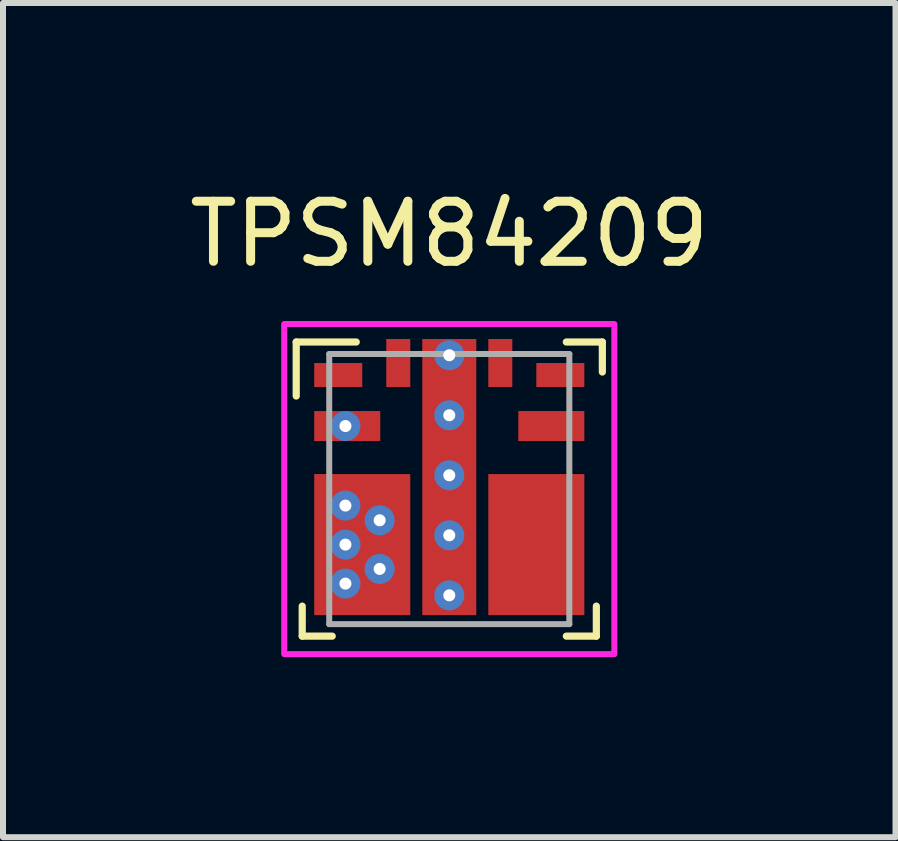
<source format=kicad_pcb>
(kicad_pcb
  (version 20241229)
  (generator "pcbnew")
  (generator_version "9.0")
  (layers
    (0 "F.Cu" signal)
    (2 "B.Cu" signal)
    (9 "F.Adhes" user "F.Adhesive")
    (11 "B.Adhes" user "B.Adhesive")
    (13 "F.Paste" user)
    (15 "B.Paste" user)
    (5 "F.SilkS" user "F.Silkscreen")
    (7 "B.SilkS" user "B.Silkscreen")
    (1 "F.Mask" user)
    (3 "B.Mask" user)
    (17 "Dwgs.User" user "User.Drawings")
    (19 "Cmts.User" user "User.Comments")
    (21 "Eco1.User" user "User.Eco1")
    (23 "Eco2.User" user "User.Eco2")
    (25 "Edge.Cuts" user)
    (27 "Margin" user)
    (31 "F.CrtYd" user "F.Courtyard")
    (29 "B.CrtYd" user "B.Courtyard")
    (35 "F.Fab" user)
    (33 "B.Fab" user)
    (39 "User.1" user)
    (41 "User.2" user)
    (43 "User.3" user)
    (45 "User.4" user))
  (footprint "TPSM84209"
    (layer "F.Cu")
    (at 4.435 5.098)
    (property "Reference" "TPSM84209" (at 0 -4.25 0) (layer "F.SilkS") (effects (font (size 1 1) (thickness 0.15))))
    (attr smd)
    (fp_poly (pts (xy -2.15 -0.2) (xy -0.75 -0.2) (xy -0.7 -0.15) (xy -0.7 2) (xy -0.75 2.05) (xy -2.15 2.05) (xy -2.2 2) (xy -2.2 1.8) (xy -2.15 1.75) (xy -1.875 1.75) (xy -1.825 1.7) (xy -1.825 1.45) (xy -1.875 1.4) (xy -2.15 1.4) (xy -2.2 1.35) (xy -2.2 1.15) (xy -2.15 1.1) (xy -1.875 1.1) (xy -1.825 1.05) (xy -1.825 0.8) (xy -1.875 0.75) (xy -2.15 0.75) (xy -2.2 0.7) (xy -2.2 0.5) (xy -2.15 0.45) (xy -1.875 0.45) (xy -1.825 0.4) (xy -1.825 0.15) (xy -1.875 0.1) (xy -2.15 0.1) (xy -2.2 0.05) (xy -2.2 -0.15)) (stroke (width 0.1) (type solid)) (fill yes) (layer "F.Mask"))
    (fp_poly (pts (xy 2.15 -0.2) (xy 0.75 -0.2) (xy 0.7 -0.15) (xy 0.7 2) (xy 0.75 2.05) (xy 2.15 2.05) (xy 2.2 2) (xy 2.2 1.8) (xy 2.15 1.75) (xy 1.875 1.75) (xy 1.825 1.7) (xy 1.825 1.45) (xy 1.875 1.4) (xy 2.15 1.4) (xy 2.2 1.35) (xy 2.2 1.15) (xy 2.15 1.1) (xy 1.875 1.1) (xy 1.825 1.05) (xy 1.825 0.8) (xy 1.875 0.75) (xy 2.15 0.75) (xy 2.2 0.7) (xy 2.2 0.5) (xy 2.15 0.45) (xy 1.875 0.45) (xy 1.825 0.4) (xy 1.825 0.15) (xy 1.875 0.1) (xy 2.15 0.1) (xy 2.2 0.05) (xy 2.2 -0.15)) (stroke (width 0.1) (type solid)) (fill yes) (layer "F.Mask"))
    (fp_poly (pts (xy -0.15 -2.45) (xy 0.15 -2.45) (xy 0.16 -2.449) (xy 0.169 -2.446) (xy 0.178 -2.442) (xy 0.185 -2.435) (xy 0.192 -2.428) (xy 0.196 -2.419) (xy 0.199 -2.41) (xy 0.2 -2.4) (xy 0.2 -1.5) (xy 0.199 -1.49) (xy 0.196 -1.481) (xy 0.192 -1.472) (xy 0.185 -1.465) (xy 0.178 -1.458) (xy 0.169 -1.454) (xy 0.16 -1.451) (xy 0.15 -1.45) (xy -0.15 -1.45) (xy -0.16 -1.451) (xy -0.169 -1.454) (xy -0.178 -1.458) (xy -0.185 -1.465) (xy -0.192 -1.472) (xy -0.196 -1.481) (xy -0.199 -1.49) (xy -0.2 -1.5) (xy -0.2 -2.4) (xy -0.199 -2.41) (xy -0.196 -2.419) (xy -0.192 -2.428) (xy -0.185 -2.435) (xy -0.178 -2.442) (xy -0.169 -2.446) (xy -0.16 -2.449)) (stroke (width 0.1) (type solid)) (fill yes) (layer "F.Mask"))
    (fp_line (start -2.55 -2.45) (end -1.55 -2.45) (stroke (width 0.12) (type solid)) (layer "F.SilkS"))
    (fp_line (start -2.55 -1.55) (end -2.55 -2.45) (stroke (width 0.12) (type solid)) (layer "F.SilkS"))
    (fp_line (start -2.45 2.45) (end -2.45 1.95) (stroke (width 0.12) (type solid)) (layer "F.SilkS"))
    (fp_line (start -2.45 2.45) (end -1.95 2.45) (stroke (width 0.12) (type solid)) (layer "F.SilkS"))
    (fp_line (start 1.95 -2.45) (end 2.55 -2.45) (stroke (width 0.12) (type solid)) (layer "F.SilkS"))
    (fp_line (start 1.95 2.45) (end 2.45 2.45) (stroke (width 0.12) (type solid)) (layer "F.SilkS"))
    (fp_line (start 2.45 2.45) (end 2.45 1.95) (stroke (width 0.12) (type solid)) (layer "F.SilkS"))
    (fp_line (start 2.55 -1.95) (end 2.55 -2.45) (stroke (width 0.12) (type solid)) (layer "F.SilkS"))
    (fp_poly (pts (xy -0.15 -2.45) (xy 0.15 -2.45) (xy 0.16 -2.449) (xy 0.169 -2.446) (xy 0.178 -2.442) (xy 0.185 -2.435) (xy 0.192 -2.428) (xy 0.196 -2.419) (xy 0.199 -2.41) (xy 0.2 -2.4) (xy 0.2 -1.5) (xy 0.199 -1.49) (xy 0.196 -1.481) (xy 0.192 -1.472) (xy 0.185 -1.465) (xy 0.178 -1.458) (xy 0.169 -1.454) (xy 0.16 -1.451) (xy 0.15 -1.45) (xy -0.15 -1.45) (xy -0.16 -1.451) (xy -0.169 -1.454) (xy -0.178 -1.458) (xy -0.185 -1.465) (xy -0.192 -1.472) (xy -0.196 -1.481) (xy -0.199 -1.49) (xy -0.2 -1.5) (xy -0.2 -2.4) (xy -0.199 -2.41) (xy -0.196 -2.419) (xy -0.192 -2.428) (xy -0.185 -2.435) (xy -0.178 -2.442) (xy -0.169 -2.446) (xy -0.16 -2.449)) (stroke (width 0.1) (type solid)) (fill yes) (layer "F.Paste"))
    (fp_rect (start -2.75 -2.75) (end 2.75 2.75) (stroke (width 0.1) (type solid)) (fill no) (layer "F.CrtYd"))
    (fp_line (start -2 -2.25) (end 2 -2.25) (stroke (width 0.1) (type solid)) (layer "F.Fab"))
    (fp_line (start -2 2.25) (end -2 -2.25) (stroke (width 0.1) (type solid)) (layer "F.Fab"))
    (fp_line (start -2 2.25) (end 2 2.25) (stroke (width 0.1) (type solid)) (layer "F.Fab"))
    (fp_line (start 2 2.25) (end 2 -2.25) (stroke (width 0.1) (type solid)) (layer "F.Fab"))
    (pad "" smd roundrect (at -2.004 1.891) (size 0.37 0.37) (layers "F.Paste") (roundrect_rratio 0.2))
    (pad "" smd roundrect (at -2.004 -0.039) (size 0.37 0.37) (layers "F.Paste") (roundrect_rratio 0.2))
    (pad "" smd roundrect (at -1.997 0.605) (size 0.37 0.4) (layers "F.Paste") (roundrect_rratio 0.2))
    (pad "" smd roundrect (at -1.994 1.244) (size 0.37 0.4) (layers "F.Paste") (roundrect_rratio 0.2))
    (pad "" smd roundrect (at -1.16 0.1) (size 0.9 0.6) (layers "F.Paste") (roundrect_rratio 0.2))
    (pad "" smd roundrect (at -1.155 0.926) (size 0.9 0.6) (layers "F.Paste") (roundrect_rratio 0.2))
    (pad "" smd roundrect (at -1.152 1.753) (size 0.9 0.6) (layers "F.Paste") (roundrect_rratio 0.2))
    (pad "" smd roundrect (at 1.179 0.923) (size 0.95 0.65) (layers "F.Paste") (roundrect_rratio 0.2))
    (pad "" smd roundrect (at 1.183 0.139) (size 0.95 0.65) (layers "F.Paste") (roundrect_rratio 0.2))
    (pad "" smd roundrect (at 1.188 1.712) (size 0.95 0.65) (layers "F.Paste") (roundrect_rratio 0.2))
    (pad "" smd roundrect (at 1.985 1.25) (size 0.45 0.37) (layers "F.Paste") (roundrect_rratio 0.2))
    (pad "" smd roundrect (at 1.986 0.597) (size 0.45 0.37) (layers "F.Paste") (roundrect_rratio 0.2))
    (pad "" smd roundrect (at 1.986 -0.051) (size 0.45 0.37) (layers "F.Paste") (roundrect_rratio 0.2))
    (pad "" smd roundrect (at 1.99 1.9) (size 0.45 0.37) (layers "F.Paste") (roundrect_rratio 0.2))
    (pad "1" smd rect (at -1.85 -1.9) (size 0.8 0.4) (layers "F.Cu" "F.Mask" "F.Paste"))
    (pad "2" thru_hole circle (at -1.73 -1.05 90) (size 0.5 0.5) (drill 0.2) (property pad_prop_heatsink) (layers "*.Cu") (remove_unused_layers yes) (keep_end_layers yes) (zone_layer_connections))
    (pad "2" smd rect (at -1.7 -1.05) (size 1.1 0.5) (layers "F.Cu" "F.Mask" "F.Paste"))
    (pad "3" thru_hole circle (at -1.73 0.275) (size 0.5 0.5) (drill 0.2) (property pad_prop_heatsink) (layers "*.Cu") (remove_unused_layers yes) (keep_end_layers yes) (zone_layer_connections))
    (pad "3" thru_hole circle (at -1.73 0.925) (size 0.5 0.5) (drill 0.2) (property pad_prop_heatsink) (layers "*.Cu") (remove_unused_layers yes) (keep_end_layers yes) (zone_layer_connections))
    (pad "3" thru_hole circle (at -1.73 1.575) (size 0.5 0.5) (drill 0.2) (property pad_prop_heatsink) (layers "*.Cu") (remove_unused_layers yes) (keep_end_layers yes) (zone_layer_connections))
    (pad "3" smd rect (at -1.45 0.925) (size 1.6 2.35) (layers "F.Cu"))
    (pad "3" thru_hole circle (at -1.16 0.52) (size 0.5 0.5) (drill 0.2) (property pad_prop_heatsink) (layers "*.Cu") (remove_unused_layers yes) (keep_end_layers yes) (zone_layer_connections))
    (pad "3" thru_hole circle (at -1.16 1.33) (size 0.5 0.5) (drill 0.2) (property pad_prop_heatsink) (layers "*.Cu") (remove_unused_layers yes) (keep_end_layers yes) (zone_layer_connections))
    (pad "4" smd rect (at 1.45 0.925) (size 1.6 2.35) (layers "F.Cu"))
    (pad "5" smd rect (at 1.7 -1.05) (size 1.1 0.5) (layers "F.Cu" "F.Mask" "F.Paste"))
    (pad "6" smd rect (at 1.85 -1.9) (size 0.8 0.4) (layers "F.Cu" "F.Mask" "F.Paste"))
    (pad "7" smd rect (at 0.85 -2.1 90) (size 0.8 0.4) (layers "F.Cu" "F.Mask" "F.Paste"))
    (pad "8" thru_hole circle (at 0 -2.23) (size 0.5 0.5) (drill 0.2) (property pad_prop_heatsink) (layers "*.Cu") (remove_unused_layers yes) (keep_end_layers yes) (zone_layer_connections))
    (pad "8" thru_hole circle (at 0 -1.23) (size 0.5 0.5) (drill 0.2) (property pad_prop_heatsink) (layers "*.Cu") (remove_unused_layers yes) (keep_end_layers yes) (zone_layer_connections))
    (pad "8" thru_hole circle (at 0 -0.23) (size 0.5 0.5) (drill 0.2) (property pad_prop_heatsink) (layers "*.Cu") (remove_unused_layers yes) (keep_end_layers yes) (zone_layer_connections))
    (pad "8" smd rect (at 0 -0.2) (size 0.9 4.6) (layers "F.Cu"))
    (pad "8" thru_hole circle (at 0 0.77) (size 0.5 0.5) (drill 0.2) (property pad_prop_heatsink) (layers "*.Cu") (remove_unused_layers yes) (keep_end_layers yes) (zone_layer_connections))
    (pad "8" thru_hole circle (at 0 1.77) (size 0.5 0.5) (drill 0.2) (property pad_prop_heatsink) (layers "*.Cu") (remove_unused_layers yes) (keep_end_layers yes) (zone_layer_connections))
    (pad "9" smd rect (at -0.85 -2.1 90) (size 0.8 0.4) (layers "F.Cu" "F.Mask" "F.Paste")))
  (gr_rect
    (start -3 -3)
    (end 11.869 10.898)
    (stroke (width 0.1) (type default))
    (fill no)
    (layer "Edge.Cuts")))
</source>
